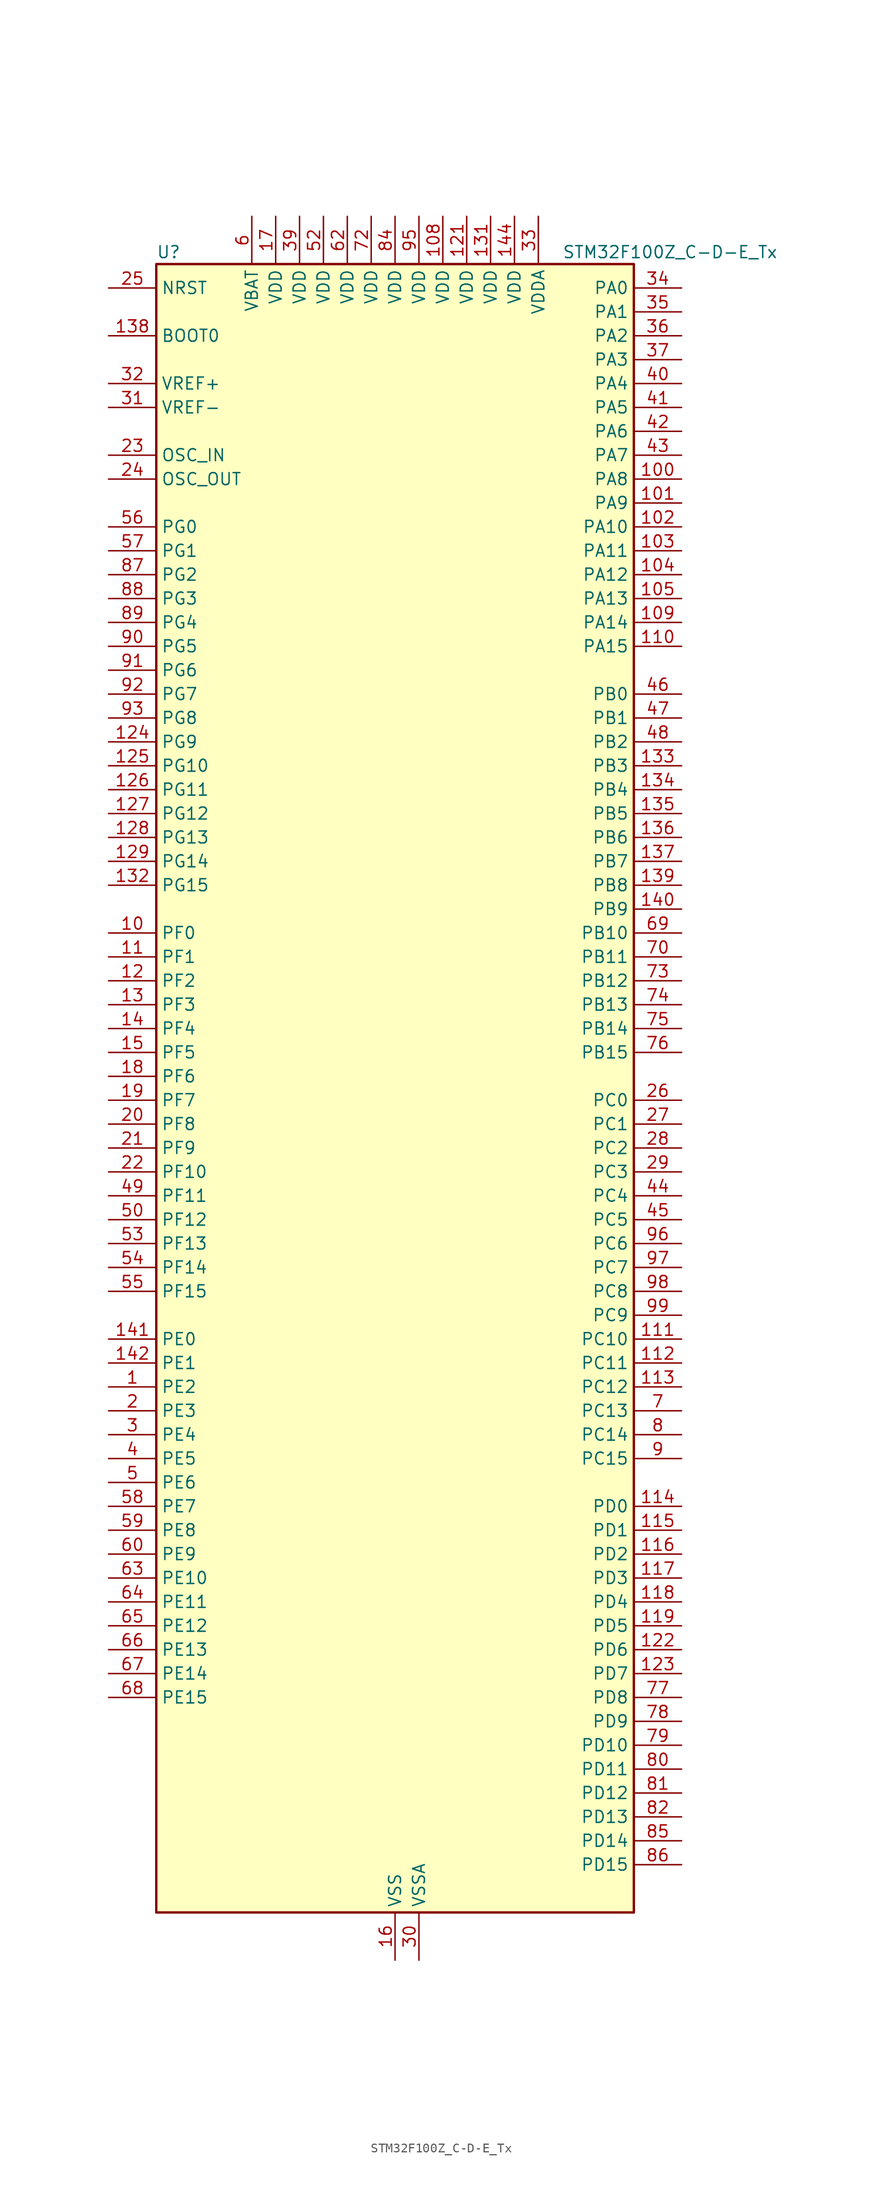
<source format=kicad_sym>
(kicad_symbol_lib
  (version 20231120)
  (generator "kicad_symbol_editor")
  (generator_version "8.0")
  (symbol "STM32F100Z_C-D-E_Tx"
    (property "Reference" "U"
      (at -25.4 90.17 0)
      (effects (font (size 1.27 1.27)) (justify left)))
    (property "Value" "STM32F100Z_C-D-E_Tx"
      (at 17.78 90.17 0)
      (effects (font (size 1.27 1.27)) (justify left)))
    (property "ki_locked" ""
      (at 0 0 0)
      (effects (font (size 1.27 1.27))))
    (symbol "STM32F100Z_C-D-E_Tx_0_1"
      (rectangle (start -25.4 -86.36) (end 25.4 88.9) (stroke (width 0.254) (type default)) (fill (type background))))
    (symbol "STM32F100Z_C-D-E_Tx_1_1"
      (pin bidirectional line (at -30.48 -30.48 0) (length 5.08) (name "PE2" (effects (font (size 1.27 1.27)))) (number "1" (effects (font (size 1.27 1.27)))) (alternate "FSMC_A23" bidirectional line) (alternate "SYS_TRACECLK" bidirectional line))
      (pin bidirectional line (at -30.48 17.78 0) (length 5.08) (name "PF0" (effects (font (size 1.27 1.27)))) (number "10" (effects (font (size 1.27 1.27)))) (alternate "FSMC_A0" bidirectional line))
      (pin bidirectional line (at 30.48 66.04 180) (length 5.08) (name "PA8" (effects (font (size 1.27 1.27)))) (number "100" (effects (font (size 1.27 1.27)))) (alternate "RCC_MCO" bidirectional line) (alternate "TIM1_CH1" bidirectional line) (alternate "USART1_CK" bidirectional line))
      (pin bidirectional line (at 30.48 63.5 180) (length 5.08) (name "PA9" (effects (font (size 1.27 1.27)))) (number "101" (effects (font (size 1.27 1.27)))) (alternate "DAC_EXTI9" bidirectional line) (alternate "TIM15_BKIN" bidirectional line) (alternate "TIM1_CH2" bidirectional line) (alternate "USART1_TX" bidirectional line))
      (pin bidirectional line (at 30.48 60.96 180) (length 5.08) (name "PA10" (effects (font (size 1.27 1.27)))) (number "102" (effects (font (size 1.27 1.27)))) (alternate "TIM17_BKIN" bidirectional line) (alternate "TIM1_CH3" bidirectional line) (alternate "USART1_RX" bidirectional line))
      (pin bidirectional line (at 30.48 58.42 180) (length 5.08) (name "PA11" (effects (font (size 1.27 1.27)))) (number "103" (effects (font (size 1.27 1.27)))) (alternate "ADC1_EXTI11" bidirectional line) (alternate "TIM1_CH4" bidirectional line) (alternate "USART1_CTS" bidirectional line))
      (pin bidirectional line (at 30.48 55.88 180) (length 5.08) (name "PA12" (effects (font (size 1.27 1.27)))) (number "104" (effects (font (size 1.27 1.27)))) (alternate "TIM1_ETR" bidirectional line) (alternate "USART1_RTS" bidirectional line))
      (pin bidirectional line (at 30.48 53.34 180) (length 5.08) (name "PA13" (effects (font (size 1.27 1.27)))) (number "105" (effects (font (size 1.27 1.27)))) (alternate "SYS_JTMS-SWDIO" bidirectional line))
      (pin no_connect line (at -25.4 -86.36 0) (length 5.08) hide (name "NC" (effects (font (size 1.27 1.27)))) (number "106" (effects (font (size 1.27 1.27)))))
      (pin passive line (at 0 -91.44 90) (length 5.08) hide (name "VSS" (effects (font (size 1.27 1.27)))) (number "107" (effects (font (size 1.27 1.27)))))
      (pin power_in line (at 5.08 93.98 270) (length 5.08) (name "VDD" (effects (font (size 1.27 1.27)))) (number "108" (effects (font (size 1.27 1.27)))))
      (pin bidirectional line (at 30.48 50.8 180) (length 5.08) (name "PA14" (effects (font (size 1.27 1.27)))) (number "109" (effects (font (size 1.27 1.27)))) (alternate "SYS_JTCK-SWCLK" bidirectional line))
      (pin bidirectional line (at -30.48 15.24 0) (length 5.08) (name "PF1" (effects (font (size 1.27 1.27)))) (number "11" (effects (font (size 1.27 1.27)))) (alternate "FSMC_A1" bidirectional line))
      (pin bidirectional line (at 30.48 48.26 180) (length 5.08) (name "PA15" (effects (font (size 1.27 1.27)))) (number "110" (effects (font (size 1.27 1.27)))) (alternate "ADC1_EXTI15" bidirectional line) (alternate "SPI1_NSS" bidirectional line) (alternate "SPI3_NSS" bidirectional line) (alternate "SYS_JTDI" bidirectional line) (alternate "TIM2_CH1" bidirectional line) (alternate "TIM2_ETR" bidirectional line))
      (pin bidirectional line (at 30.48 -25.4 180) (length 5.08) (name "PC10" (effects (font (size 1.27 1.27)))) (number "111" (effects (font (size 1.27 1.27)))) (alternate "UART4_TX" bidirectional line) (alternate "USART3_TX" bidirectional line))
      (pin bidirectional line (at 30.48 -27.94 180) (length 5.08) (name "PC11" (effects (font (size 1.27 1.27)))) (number "112" (effects (font (size 1.27 1.27)))) (alternate "ADC1_EXTI11" bidirectional line) (alternate "UART4_RX" bidirectional line) (alternate "USART3_RX" bidirectional line))
      (pin bidirectional line (at 30.48 -30.48 180) (length 5.08) (name "PC12" (effects (font (size 1.27 1.27)))) (number "113" (effects (font (size 1.27 1.27)))) (alternate "UART5_TX" bidirectional line) (alternate "USART3_CK" bidirectional line))
      (pin bidirectional line (at 30.48 -43.18 180) (length 5.08) (name "PD0" (effects (font (size 1.27 1.27)))) (number "114" (effects (font (size 1.27 1.27)))) (alternate "FSMC_D2" bidirectional line) (alternate "FSMC_DA2" bidirectional line))
      (pin bidirectional line (at 30.48 -45.72 180) (length 5.08) (name "PD1" (effects (font (size 1.27 1.27)))) (number "115" (effects (font (size 1.27 1.27)))) (alternate "FSMC_D3" bidirectional line) (alternate "FSMC_DA3" bidirectional line))
      (pin bidirectional line (at 30.48 -48.26 180) (length 5.08) (name "PD2" (effects (font (size 1.27 1.27)))) (number "116" (effects (font (size 1.27 1.27)))) (alternate "TIM3_ETR" bidirectional line) (alternate "UART5_RX" bidirectional line))
      (pin bidirectional line (at 30.48 -50.8 180) (length 5.08) (name "PD3" (effects (font (size 1.27 1.27)))) (number "117" (effects (font (size 1.27 1.27)))) (alternate "FSMC_CLK" bidirectional line) (alternate "USART2_CTS" bidirectional line))
      (pin bidirectional line (at 30.48 -53.34 180) (length 5.08) (name "PD4" (effects (font (size 1.27 1.27)))) (number "118" (effects (font (size 1.27 1.27)))) (alternate "FSMC_NOE" bidirectional line) (alternate "USART2_RTS" bidirectional line))
      (pin bidirectional line (at 30.48 -55.88 180) (length 5.08) (name "PD5" (effects (font (size 1.27 1.27)))) (number "119" (effects (font (size 1.27 1.27)))) (alternate "FSMC_NWE" bidirectional line) (alternate "USART2_TX" bidirectional line))
      (pin bidirectional line (at -30.48 12.7 0) (length 5.08) (name "PF2" (effects (font (size 1.27 1.27)))) (number "12" (effects (font (size 1.27 1.27)))) (alternate "FSMC_A2" bidirectional line))
      (pin passive line (at 0 -91.44 90) (length 5.08) hide (name "VSS" (effects (font (size 1.27 1.27)))) (number "120" (effects (font (size 1.27 1.27)))))
      (pin power_in line (at 7.62 93.98 270) (length 5.08) (name "VDD" (effects (font (size 1.27 1.27)))) (number "121" (effects (font (size 1.27 1.27)))))
      (pin bidirectional line (at 30.48 -58.42 180) (length 5.08) (name "PD6" (effects (font (size 1.27 1.27)))) (number "122" (effects (font (size 1.27 1.27)))) (alternate "FSMC_NWAIT" bidirectional line) (alternate "USART2_RX" bidirectional line))
      (pin bidirectional line (at 30.48 -60.96 180) (length 5.08) (name "PD7" (effects (font (size 1.27 1.27)))) (number "123" (effects (font (size 1.27 1.27)))) (alternate "FSMC_NE1" bidirectional line) (alternate "USART2_CK" bidirectional line))
      (pin bidirectional line (at -30.48 38.1 0) (length 5.08) (name "PG9" (effects (font (size 1.27 1.27)))) (number "124" (effects (font (size 1.27 1.27)))) (alternate "DAC_EXTI9" bidirectional line) (alternate "FSMC_NE2" bidirectional line))
      (pin bidirectional line (at -30.48 35.56 0) (length 5.08) (name "PG10" (effects (font (size 1.27 1.27)))) (number "125" (effects (font (size 1.27 1.27)))) (alternate "FSMC_NE3" bidirectional line))
      (pin bidirectional line (at -30.48 33.02 0) (length 5.08) (name "PG11" (effects (font (size 1.27 1.27)))) (number "126" (effects (font (size 1.27 1.27)))) (alternate "ADC1_EXTI11" bidirectional line))
      (pin bidirectional line (at -30.48 30.48 0) (length 5.08) (name "PG12" (effects (font (size 1.27 1.27)))) (number "127" (effects (font (size 1.27 1.27)))) (alternate "FSMC_NE4" bidirectional line))
      (pin bidirectional line (at -30.48 27.94 0) (length 5.08) (name "PG13" (effects (font (size 1.27 1.27)))) (number "128" (effects (font (size 1.27 1.27)))) (alternate "FSMC_A24" bidirectional line))
      (pin bidirectional line (at -30.48 25.4 0) (length 5.08) (name "PG14" (effects (font (size 1.27 1.27)))) (number "129" (effects (font (size 1.27 1.27)))) (alternate "FSMC_A25" bidirectional line))
      (pin bidirectional line (at -30.48 10.16 0) (length 5.08) (name "PF3" (effects (font (size 1.27 1.27)))) (number "13" (effects (font (size 1.27 1.27)))) (alternate "FSMC_A3" bidirectional line))
      (pin passive line (at 0 -91.44 90) (length 5.08) hide (name "VSS" (effects (font (size 1.27 1.27)))) (number "130" (effects (font (size 1.27 1.27)))))
      (pin power_in line (at 10.16 93.98 270) (length 5.08) (name "VDD" (effects (font (size 1.27 1.27)))) (number "131" (effects (font (size 1.27 1.27)))))
      (pin bidirectional line (at -30.48 22.86 0) (length 5.08) (name "PG15" (effects (font (size 1.27 1.27)))) (number "132" (effects (font (size 1.27 1.27)))) (alternate "ADC1_EXTI15" bidirectional line))
      (pin bidirectional line (at 30.48 35.56 180) (length 5.08) (name "PB3" (effects (font (size 1.27 1.27)))) (number "133" (effects (font (size 1.27 1.27)))) (alternate "SPI1_SCK" bidirectional line) (alternate "SPI3_SCK" bidirectional line) (alternate "SYS_JTDO-TRACESWO" bidirectional line) (alternate "TIM2_CH2" bidirectional line))
      (pin bidirectional line (at 30.48 33.02 180) (length 5.08) (name "PB4" (effects (font (size 1.27 1.27)))) (number "134" (effects (font (size 1.27 1.27)))) (alternate "SPI1_MISO" bidirectional line) (alternate "SPI3_MISO" bidirectional line) (alternate "SYS_NJTRST" bidirectional line) (alternate "TIM3_CH1" bidirectional line))
      (pin bidirectional line (at 30.48 30.48 180) (length 5.08) (name "PB5" (effects (font (size 1.27 1.27)))) (number "135" (effects (font (size 1.27 1.27)))) (alternate "I2C1_SMBA" bidirectional line) (alternate "SPI1_MOSI" bidirectional line) (alternate "SPI3_MOSI" bidirectional line) (alternate "TIM16_BKIN" bidirectional line) (alternate "TIM3_CH2" bidirectional line))
      (pin bidirectional line (at 30.48 27.94 180) (length 5.08) (name "PB6" (effects (font (size 1.27 1.27)))) (number "136" (effects (font (size 1.27 1.27)))) (alternate "I2C1_SCL" bidirectional line) (alternate "TIM16_CH1N" bidirectional line) (alternate "TIM4_CH1" bidirectional line) (alternate "USART1_TX" bidirectional line))
      (pin bidirectional line (at 30.48 25.4 180) (length 5.08) (name "PB7" (effects (font (size 1.27 1.27)))) (number "137" (effects (font (size 1.27 1.27)))) (alternate "FSMC_NL" bidirectional line) (alternate "I2C1_SDA" bidirectional line) (alternate "TIM17_CH1N" bidirectional line) (alternate "TIM4_CH2" bidirectional line) (alternate "USART1_RX" bidirectional line))
      (pin input line (at -30.48 81.28 0) (length 5.08) (name "BOOT0" (effects (font (size 1.27 1.27)))) (number "138" (effects (font (size 1.27 1.27)))))
      (pin bidirectional line (at 30.48 22.86 180) (length 5.08) (name "PB8" (effects (font (size 1.27 1.27)))) (number "139" (effects (font (size 1.27 1.27)))) (alternate "CEC" bidirectional line) (alternate "I2C1_SCL" bidirectional line) (alternate "TIM16_CH1" bidirectional line) (alternate "TIM4_CH3" bidirectional line))
      (pin bidirectional line (at -30.48 7.62 0) (length 5.08) (name "PF4" (effects (font (size 1.27 1.27)))) (number "14" (effects (font (size 1.27 1.27)))) (alternate "FSMC_A4" bidirectional line))
      (pin bidirectional line (at 30.48 20.32 180) (length 5.08) (name "PB9" (effects (font (size 1.27 1.27)))) (number "140" (effects (font (size 1.27 1.27)))) (alternate "DAC_EXTI9" bidirectional line) (alternate "I2C1_SDA" bidirectional line) (alternate "TIM17_CH1" bidirectional line) (alternate "TIM4_CH4" bidirectional line))
      (pin bidirectional line (at -30.48 -25.4 0) (length 5.08) (name "PE0" (effects (font (size 1.27 1.27)))) (number "141" (effects (font (size 1.27 1.27)))) (alternate "FSMC_NBL0" bidirectional line) (alternate "TIM4_ETR" bidirectional line))
      (pin bidirectional line (at -30.48 -27.94 0) (length 5.08) (name "PE1" (effects (font (size 1.27 1.27)))) (number "142" (effects (font (size 1.27 1.27)))) (alternate "FSMC_NBL1" bidirectional line))
      (pin passive line (at 0 -91.44 90) (length 5.08) hide (name "VSS" (effects (font (size 1.27 1.27)))) (number "143" (effects (font (size 1.27 1.27)))))
      (pin power_in line (at 12.7 93.98 270) (length 5.08) (name "VDD" (effects (font (size 1.27 1.27)))) (number "144" (effects (font (size 1.27 1.27)))))
      (pin bidirectional line (at -30.48 5.08 0) (length 5.08) (name "PF5" (effects (font (size 1.27 1.27)))) (number "15" (effects (font (size 1.27 1.27)))) (alternate "FSMC_A5" bidirectional line))
      (pin power_in line (at 0 -91.44 90) (length 5.08) (name "VSS" (effects (font (size 1.27 1.27)))) (number "16" (effects (font (size 1.27 1.27)))))
      (pin power_in line (at -12.7 93.98 270) (length 5.08) (name "VDD" (effects (font (size 1.27 1.27)))) (number "17" (effects (font (size 1.27 1.27)))))
      (pin bidirectional line (at -30.48 2.54 0) (length 5.08) (name "PF6" (effects (font (size 1.27 1.27)))) (number "18" (effects (font (size 1.27 1.27)))))
      (pin bidirectional line (at -30.48 0 0) (length 5.08) (name "PF7" (effects (font (size 1.27 1.27)))) (number "19" (effects (font (size 1.27 1.27)))))
      (pin bidirectional line (at -30.48 -33.02 0) (length 5.08) (name "PE3" (effects (font (size 1.27 1.27)))) (number "2" (effects (font (size 1.27 1.27)))) (alternate "FSMC_A19" bidirectional line) (alternate "SYS_TRACED0" bidirectional line))
      (pin bidirectional line (at -30.48 -2.54 0) (length 5.08) (name "PF8" (effects (font (size 1.27 1.27)))) (number "20" (effects (font (size 1.27 1.27)))))
      (pin bidirectional line (at -30.48 -5.08 0) (length 5.08) (name "PF9" (effects (font (size 1.27 1.27)))) (number "21" (effects (font (size 1.27 1.27)))) (alternate "DAC_EXTI9" bidirectional line))
      (pin bidirectional line (at -30.48 -7.62 0) (length 5.08) (name "PF10" (effects (font (size 1.27 1.27)))) (number "22" (effects (font (size 1.27 1.27)))))
      (pin input line (at -30.48 68.58 0) (length 5.08) (name "OSC_IN" (effects (font (size 1.27 1.27)))) (number "23" (effects (font (size 1.27 1.27)))) (alternate "RCC_OSC_IN" bidirectional line))
      (pin input line (at -30.48 66.04 0) (length 5.08) (name "OSC_OUT" (effects (font (size 1.27 1.27)))) (number "24" (effects (font (size 1.27 1.27)))) (alternate "RCC_OSC_OUT" bidirectional line))
      (pin input line (at -30.48 86.36 0) (length 5.08) (name "NRST" (effects (font (size 1.27 1.27)))) (number "25" (effects (font (size 1.27 1.27)))))
      (pin bidirectional line (at 30.48 0 180) (length 5.08) (name "PC0" (effects (font (size 1.27 1.27)))) (number "26" (effects (font (size 1.27 1.27)))) (alternate "ADC1_IN10" bidirectional line))
      (pin bidirectional line (at 30.48 -2.54 180) (length 5.08) (name "PC1" (effects (font (size 1.27 1.27)))) (number "27" (effects (font (size 1.27 1.27)))) (alternate "ADC1_IN11" bidirectional line))
      (pin bidirectional line (at 30.48 -5.08 180) (length 5.08) (name "PC2" (effects (font (size 1.27 1.27)))) (number "28" (effects (font (size 1.27 1.27)))) (alternate "ADC1_IN12" bidirectional line))
      (pin bidirectional line (at 30.48 -7.62 180) (length 5.08) (name "PC3" (effects (font (size 1.27 1.27)))) (number "29" (effects (font (size 1.27 1.27)))) (alternate "ADC1_IN13" bidirectional line))
      (pin bidirectional line (at -30.48 -35.56 0) (length 5.08) (name "PE4" (effects (font (size 1.27 1.27)))) (number "3" (effects (font (size 1.27 1.27)))) (alternate "FSMC_A20" bidirectional line) (alternate "SYS_TRACED1" bidirectional line))
      (pin power_in line (at 2.54 -91.44 90) (length 5.08) (name "VSSA" (effects (font (size 1.27 1.27)))) (number "30" (effects (font (size 1.27 1.27)))))
      (pin input line (at -30.48 73.66 0) (length 5.08) (name "VREF-" (effects (font (size 1.27 1.27)))) (number "31" (effects (font (size 1.27 1.27)))))
      (pin input line (at -30.48 76.2 0) (length 5.08) (name "VREF+" (effects (font (size 1.27 1.27)))) (number "32" (effects (font (size 1.27 1.27)))))
      (pin power_in line (at 15.24 93.98 270) (length 5.08) (name "VDDA" (effects (font (size 1.27 1.27)))) (number "33" (effects (font (size 1.27 1.27)))))
      (pin bidirectional line (at 30.48 86.36 180) (length 5.08) (name "PA0" (effects (font (size 1.27 1.27)))) (number "34" (effects (font (size 1.27 1.27)))) (alternate "ADC1_IN0" bidirectional line) (alternate "SYS_WKUP" bidirectional line) (alternate "TIM2_CH1" bidirectional line) (alternate "TIM2_ETR" bidirectional line) (alternate "TIM5_CH1" bidirectional line) (alternate "USART2_CTS" bidirectional line))
      (pin bidirectional line (at 30.48 83.82 180) (length 5.08) (name "PA1" (effects (font (size 1.27 1.27)))) (number "35" (effects (font (size 1.27 1.27)))) (alternate "ADC1_IN1" bidirectional line) (alternate "TIM2_CH2" bidirectional line) (alternate "TIM5_CH2" bidirectional line) (alternate "USART2_RTS" bidirectional line))
      (pin bidirectional line (at 30.48 81.28 180) (length 5.08) (name "PA2" (effects (font (size 1.27 1.27)))) (number "36" (effects (font (size 1.27 1.27)))) (alternate "ADC1_IN2" bidirectional line) (alternate "TIM15_CH1" bidirectional line) (alternate "TIM2_CH3" bidirectional line) (alternate "TIM5_CH3" bidirectional line) (alternate "USART2_TX" bidirectional line))
      (pin bidirectional line (at 30.48 78.74 180) (length 5.08) (name "PA3" (effects (font (size 1.27 1.27)))) (number "37" (effects (font (size 1.27 1.27)))) (alternate "ADC1_IN3" bidirectional line) (alternate "TIM15_CH2" bidirectional line) (alternate "TIM2_CH4" bidirectional line) (alternate "TIM5_CH4" bidirectional line) (alternate "USART2_RX" bidirectional line))
      (pin passive line (at 0 -91.44 90) (length 5.08) hide (name "VSS" (effects (font (size 1.27 1.27)))) (number "38" (effects (font (size 1.27 1.27)))))
      (pin power_in line (at -10.16 93.98 270) (length 5.08) (name "VDD" (effects (font (size 1.27 1.27)))) (number "39" (effects (font (size 1.27 1.27)))))
      (pin bidirectional line (at -30.48 -38.1 0) (length 5.08) (name "PE5" (effects (font (size 1.27 1.27)))) (number "4" (effects (font (size 1.27 1.27)))) (alternate "FSMC_A21" bidirectional line) (alternate "SYS_TRACED2" bidirectional line))
      (pin bidirectional line (at 30.48 76.2 180) (length 5.08) (name "PA4" (effects (font (size 1.27 1.27)))) (number "40" (effects (font (size 1.27 1.27)))) (alternate "ADC1_IN4" bidirectional line) (alternate "DAC_OUT1" bidirectional line) (alternate "SPI1_NSS" bidirectional line) (alternate "USART2_CK" bidirectional line))
      (pin bidirectional line (at 30.48 73.66 180) (length 5.08) (name "PA5" (effects (font (size 1.27 1.27)))) (number "41" (effects (font (size 1.27 1.27)))) (alternate "ADC1_IN5" bidirectional line) (alternate "DAC_OUT2" bidirectional line) (alternate "SPI1_SCK" bidirectional line))
      (pin bidirectional line (at 30.48 71.12 180) (length 5.08) (name "PA6" (effects (font (size 1.27 1.27)))) (number "42" (effects (font (size 1.27 1.27)))) (alternate "ADC1_IN6" bidirectional line) (alternate "SPI1_MISO" bidirectional line) (alternate "TIM16_CH1" bidirectional line) (alternate "TIM1_BKIN" bidirectional line) (alternate "TIM3_CH1" bidirectional line))
      (pin bidirectional line (at 30.48 68.58 180) (length 5.08) (name "PA7" (effects (font (size 1.27 1.27)))) (number "43" (effects (font (size 1.27 1.27)))) (alternate "ADC1_IN7" bidirectional line) (alternate "SPI1_MOSI" bidirectional line) (alternate "TIM17_CH1" bidirectional line) (alternate "TIM1_CH1N" bidirectional line) (alternate "TIM3_CH2" bidirectional line))
      (pin bidirectional line (at 30.48 -10.16 180) (length 5.08) (name "PC4" (effects (font (size 1.27 1.27)))) (number "44" (effects (font (size 1.27 1.27)))) (alternate "ADC1_IN14" bidirectional line) (alternate "TIM12_CH1" bidirectional line))
      (pin bidirectional line (at 30.48 -12.7 180) (length 5.08) (name "PC5" (effects (font (size 1.27 1.27)))) (number "45" (effects (font (size 1.27 1.27)))) (alternate "ADC1_IN15" bidirectional line) (alternate "TIM12_CH2" bidirectional line))
      (pin bidirectional line (at 30.48 43.18 180) (length 5.08) (name "PB0" (effects (font (size 1.27 1.27)))) (number "46" (effects (font (size 1.27 1.27)))) (alternate "ADC1_IN8" bidirectional line) (alternate "TIM13_CH1" bidirectional line) (alternate "TIM1_CH2N" bidirectional line) (alternate "TIM3_CH3" bidirectional line))
      (pin bidirectional line (at 30.48 40.64 180) (length 5.08) (name "PB1" (effects (font (size 1.27 1.27)))) (number "47" (effects (font (size 1.27 1.27)))) (alternate "ADC1_IN9" bidirectional line) (alternate "TIM14_CH1" bidirectional line) (alternate "TIM1_CH3N" bidirectional line) (alternate "TIM3_CH4" bidirectional line))
      (pin bidirectional line (at 30.48 38.1 180) (length 5.08) (name "PB2" (effects (font (size 1.27 1.27)))) (number "48" (effects (font (size 1.27 1.27)))))
      (pin bidirectional line (at -30.48 -10.16 0) (length 5.08) (name "PF11" (effects (font (size 1.27 1.27)))) (number "49" (effects (font (size 1.27 1.27)))) (alternate "ADC1_EXTI11" bidirectional line))
      (pin bidirectional line (at -30.48 -40.64 0) (length 5.08) (name "PE6" (effects (font (size 1.27 1.27)))) (number "5" (effects (font (size 1.27 1.27)))) (alternate "FSMC_A22" bidirectional line) (alternate "SYS_TRACED3" bidirectional line))
      (pin bidirectional line (at -30.48 -12.7 0) (length 5.08) (name "PF12" (effects (font (size 1.27 1.27)))) (number "50" (effects (font (size 1.27 1.27)))) (alternate "FSMC_A6" bidirectional line))
      (pin passive line (at 0 -91.44 90) (length 5.08) hide (name "VSS" (effects (font (size 1.27 1.27)))) (number "51" (effects (font (size 1.27 1.27)))))
      (pin power_in line (at -7.62 93.98 270) (length 5.08) (name "VDD" (effects (font (size 1.27 1.27)))) (number "52" (effects (font (size 1.27 1.27)))))
      (pin bidirectional line (at -30.48 -15.24 0) (length 5.08) (name "PF13" (effects (font (size 1.27 1.27)))) (number "53" (effects (font (size 1.27 1.27)))) (alternate "FSMC_A7" bidirectional line))
      (pin bidirectional line (at -30.48 -17.78 0) (length 5.08) (name "PF14" (effects (font (size 1.27 1.27)))) (number "54" (effects (font (size 1.27 1.27)))) (alternate "FSMC_A8" bidirectional line))
      (pin bidirectional line (at -30.48 -20.32 0) (length 5.08) (name "PF15" (effects (font (size 1.27 1.27)))) (number "55" (effects (font (size 1.27 1.27)))) (alternate "ADC1_EXTI15" bidirectional line) (alternate "FSMC_A9" bidirectional line))
      (pin bidirectional line (at -30.48 60.96 0) (length 5.08) (name "PG0" (effects (font (size 1.27 1.27)))) (number "56" (effects (font (size 1.27 1.27)))) (alternate "FSMC_A10" bidirectional line))
      (pin bidirectional line (at -30.48 58.42 0) (length 5.08) (name "PG1" (effects (font (size 1.27 1.27)))) (number "57" (effects (font (size 1.27 1.27)))) (alternate "FSMC_A11" bidirectional line))
      (pin bidirectional line (at -30.48 -43.18 0) (length 5.08) (name "PE7" (effects (font (size 1.27 1.27)))) (number "58" (effects (font (size 1.27 1.27)))) (alternate "FSMC_D4" bidirectional line) (alternate "FSMC_DA4" bidirectional line) (alternate "TIM1_ETR" bidirectional line))
      (pin bidirectional line (at -30.48 -45.72 0) (length 5.08) (name "PE8" (effects (font (size 1.27 1.27)))) (number "59" (effects (font (size 1.27 1.27)))) (alternate "FSMC_D5" bidirectional line) (alternate "FSMC_DA5" bidirectional line) (alternate "TIM1_CH1N" bidirectional line))
      (pin power_in line (at -15.24 93.98 270) (length 5.08) (name "VBAT" (effects (font (size 1.27 1.27)))) (number "6" (effects (font (size 1.27 1.27)))))
      (pin bidirectional line (at -30.48 -48.26 0) (length 5.08) (name "PE9" (effects (font (size 1.27 1.27)))) (number "60" (effects (font (size 1.27 1.27)))) (alternate "DAC_EXTI9" bidirectional line) (alternate "FSMC_D6" bidirectional line) (alternate "FSMC_DA6" bidirectional line) (alternate "TIM1_CH1" bidirectional line))
      (pin passive line (at 0 -91.44 90) (length 5.08) hide (name "VSS" (effects (font (size 1.27 1.27)))) (number "61" (effects (font (size 1.27 1.27)))))
      (pin power_in line (at -5.08 93.98 270) (length 5.08) (name "VDD" (effects (font (size 1.27 1.27)))) (number "62" (effects (font (size 1.27 1.27)))))
      (pin bidirectional line (at -30.48 -50.8 0) (length 5.08) (name "PE10" (effects (font (size 1.27 1.27)))) (number "63" (effects (font (size 1.27 1.27)))) (alternate "FSMC_D7" bidirectional line) (alternate "FSMC_DA7" bidirectional line) (alternate "TIM1_CH2N" bidirectional line))
      (pin bidirectional line (at -30.48 -53.34 0) (length 5.08) (name "PE11" (effects (font (size 1.27 1.27)))) (number "64" (effects (font (size 1.27 1.27)))) (alternate "ADC1_EXTI11" bidirectional line) (alternate "FSMC_D8" bidirectional line) (alternate "FSMC_DA8" bidirectional line) (alternate "TIM1_CH2" bidirectional line))
      (pin bidirectional line (at -30.48 -55.88 0) (length 5.08) (name "PE12" (effects (font (size 1.27 1.27)))) (number "65" (effects (font (size 1.27 1.27)))) (alternate "FSMC_D9" bidirectional line) (alternate "FSMC_DA9" bidirectional line) (alternate "TIM1_CH3N" bidirectional line))
      (pin bidirectional line (at -30.48 -58.42 0) (length 5.08) (name "PE13" (effects (font (size 1.27 1.27)))) (number "66" (effects (font (size 1.27 1.27)))) (alternate "FSMC_D10" bidirectional line) (alternate "FSMC_DA10" bidirectional line) (alternate "TIM1_CH3" bidirectional line))
      (pin bidirectional line (at -30.48 -60.96 0) (length 5.08) (name "PE14" (effects (font (size 1.27 1.27)))) (number "67" (effects (font (size 1.27 1.27)))) (alternate "FSMC_D11" bidirectional line) (alternate "FSMC_DA11" bidirectional line) (alternate "TIM1_CH4" bidirectional line))
      (pin bidirectional line (at -30.48 -63.5 0) (length 5.08) (name "PE15" (effects (font (size 1.27 1.27)))) (number "68" (effects (font (size 1.27 1.27)))) (alternate "ADC1_EXTI15" bidirectional line) (alternate "FSMC_D12" bidirectional line) (alternate "FSMC_DA12" bidirectional line) (alternate "TIM1_BKIN" bidirectional line))
      (pin bidirectional line (at 30.48 17.78 180) (length 5.08) (name "PB10" (effects (font (size 1.27 1.27)))) (number "69" (effects (font (size 1.27 1.27)))) (alternate "CEC" bidirectional line) (alternate "I2C2_SCL" bidirectional line) (alternate "TIM2_CH3" bidirectional line) (alternate "USART3_TX" bidirectional line))
      (pin bidirectional line (at 30.48 -33.02 180) (length 5.08) (name "PC13" (effects (font (size 1.27 1.27)))) (number "7" (effects (font (size 1.27 1.27)))) (alternate "RTC_OUT" bidirectional line) (alternate "RTC_TAMPER" bidirectional line))
      (pin bidirectional line (at 30.48 15.24 180) (length 5.08) (name "PB11" (effects (font (size 1.27 1.27)))) (number "70" (effects (font (size 1.27 1.27)))) (alternate "ADC1_EXTI11" bidirectional line) (alternate "I2C2_SDA" bidirectional line) (alternate "TIM2_CH4" bidirectional line) (alternate "USART3_RX" bidirectional line))
      (pin passive line (at 0 -91.44 90) (length 5.08) hide (name "VSS" (effects (font (size 1.27 1.27)))) (number "71" (effects (font (size 1.27 1.27)))))
      (pin power_in line (at -2.54 93.98 270) (length 5.08) (name "VDD" (effects (font (size 1.27 1.27)))) (number "72" (effects (font (size 1.27 1.27)))))
      (pin bidirectional line (at 30.48 12.7 180) (length 5.08) (name "PB12" (effects (font (size 1.27 1.27)))) (number "73" (effects (font (size 1.27 1.27)))) (alternate "I2C2_SMBA" bidirectional line) (alternate "SPI2_NSS" bidirectional line) (alternate "TIM12_CH1" bidirectional line) (alternate "TIM1_BKIN" bidirectional line) (alternate "USART3_CK" bidirectional line))
      (pin bidirectional line (at 30.48 10.16 180) (length 5.08) (name "PB13" (effects (font (size 1.27 1.27)))) (number "74" (effects (font (size 1.27 1.27)))) (alternate "SPI2_SCK" bidirectional line) (alternate "TIM12_CH2" bidirectional line) (alternate "TIM1_CH1N" bidirectional line) (alternate "USART3_CTS" bidirectional line))
      (pin bidirectional line (at 30.48 7.62 180) (length 5.08) (name "PB14" (effects (font (size 1.27 1.27)))) (number "75" (effects (font (size 1.27 1.27)))) (alternate "SPI2_MISO" bidirectional line) (alternate "TIM15_CH1" bidirectional line) (alternate "TIM1_CH2N" bidirectional line) (alternate "USART3_RTS" bidirectional line))
      (pin bidirectional line (at 30.48 5.08 180) (length 5.08) (name "PB15" (effects (font (size 1.27 1.27)))) (number "76" (effects (font (size 1.27 1.27)))) (alternate "ADC1_EXTI15" bidirectional line) (alternate "SPI2_MOSI" bidirectional line) (alternate "TIM15_CH1N" bidirectional line) (alternate "TIM15_CH2" bidirectional line) (alternate "TIM1_CH3N" bidirectional line))
      (pin bidirectional line (at 30.48 -63.5 180) (length 5.08) (name "PD8" (effects (font (size 1.27 1.27)))) (number "77" (effects (font (size 1.27 1.27)))) (alternate "FSMC_D13" bidirectional line) (alternate "FSMC_DA13" bidirectional line) (alternate "USART3_TX" bidirectional line))
      (pin bidirectional line (at 30.48 -66.04 180) (length 5.08) (name "PD9" (effects (font (size 1.27 1.27)))) (number "78" (effects (font (size 1.27 1.27)))) (alternate "DAC_EXTI9" bidirectional line) (alternate "FSMC_D14" bidirectional line) (alternate "FSMC_DA14" bidirectional line) (alternate "USART3_RX" bidirectional line))
      (pin bidirectional line (at 30.48 -68.58 180) (length 5.08) (name "PD10" (effects (font (size 1.27 1.27)))) (number "79" (effects (font (size 1.27 1.27)))) (alternate "FSMC_D15" bidirectional line) (alternate "FSMC_DA15" bidirectional line) (alternate "USART3_CK" bidirectional line))
      (pin bidirectional line (at 30.48 -35.56 180) (length 5.08) (name "PC14" (effects (font (size 1.27 1.27)))) (number "8" (effects (font (size 1.27 1.27)))) (alternate "RCC_OSC32_IN" bidirectional line))
      (pin bidirectional line (at 30.48 -71.12 180) (length 5.08) (name "PD11" (effects (font (size 1.27 1.27)))) (number "80" (effects (font (size 1.27 1.27)))) (alternate "ADC1_EXTI11" bidirectional line) (alternate "FSMC_A16" bidirectional line) (alternate "USART3_CTS" bidirectional line))
      (pin bidirectional line (at 30.48 -73.66 180) (length 5.08) (name "PD12" (effects (font (size 1.27 1.27)))) (number "81" (effects (font (size 1.27 1.27)))) (alternate "FSMC_A17" bidirectional line) (alternate "TIM4_CH1" bidirectional line) (alternate "USART3_RTS" bidirectional line))
      (pin bidirectional line (at 30.48 -76.2 180) (length 5.08) (name "PD13" (effects (font (size 1.27 1.27)))) (number "82" (effects (font (size 1.27 1.27)))) (alternate "FSMC_A18" bidirectional line) (alternate "TIM4_CH2" bidirectional line))
      (pin passive line (at 0 -91.44 90) (length 5.08) hide (name "VSS" (effects (font (size 1.27 1.27)))) (number "83" (effects (font (size 1.27 1.27)))))
      (pin power_in line (at 0 93.98 270) (length 5.08) (name "VDD" (effects (font (size 1.27 1.27)))) (number "84" (effects (font (size 1.27 1.27)))))
      (pin bidirectional line (at 30.48 -78.74 180) (length 5.08) (name "PD14" (effects (font (size 1.27 1.27)))) (number "85" (effects (font (size 1.27 1.27)))) (alternate "FSMC_D0" bidirectional line) (alternate "FSMC_DA0" bidirectional line) (alternate "TIM4_CH3" bidirectional line))
      (pin bidirectional line (at 30.48 -81.28 180) (length 5.08) (name "PD15" (effects (font (size 1.27 1.27)))) (number "86" (effects (font (size 1.27 1.27)))) (alternate "ADC1_EXTI15" bidirectional line) (alternate "FSMC_D1" bidirectional line) (alternate "FSMC_DA1" bidirectional line) (alternate "TIM4_CH4" bidirectional line))
      (pin bidirectional line (at -30.48 55.88 0) (length 5.08) (name "PG2" (effects (font (size 1.27 1.27)))) (number "87" (effects (font (size 1.27 1.27)))) (alternate "FSMC_A12" bidirectional line))
      (pin bidirectional line (at -30.48 53.34 0) (length 5.08) (name "PG3" (effects (font (size 1.27 1.27)))) (number "88" (effects (font (size 1.27 1.27)))) (alternate "FSMC_A13" bidirectional line))
      (pin bidirectional line (at -30.48 50.8 0) (length 5.08) (name "PG4" (effects (font (size 1.27 1.27)))) (number "89" (effects (font (size 1.27 1.27)))) (alternate "FSMC_A14" bidirectional line))
      (pin bidirectional line (at 30.48 -38.1 180) (length 5.08) (name "PC15" (effects (font (size 1.27 1.27)))) (number "9" (effects (font (size 1.27 1.27)))) (alternate "ADC1_EXTI15" bidirectional line) (alternate "RCC_OSC32_OUT" bidirectional line))
      (pin bidirectional line (at -30.48 48.26 0) (length 5.08) (name "PG5" (effects (font (size 1.27 1.27)))) (number "90" (effects (font (size 1.27 1.27)))) (alternate "FSMC_A15" bidirectional line))
      (pin bidirectional line (at -30.48 45.72 0) (length 5.08) (name "PG6" (effects (font (size 1.27 1.27)))) (number "91" (effects (font (size 1.27 1.27)))))
      (pin bidirectional line (at -30.48 43.18 0) (length 5.08) (name "PG7" (effects (font (size 1.27 1.27)))) (number "92" (effects (font (size 1.27 1.27)))))
      (pin bidirectional line (at -30.48 40.64 0) (length 5.08) (name "PG8" (effects (font (size 1.27 1.27)))) (number "93" (effects (font (size 1.27 1.27)))))
      (pin passive line (at 0 -91.44 90) (length 5.08) hide (name "VSS" (effects (font (size 1.27 1.27)))) (number "94" (effects (font (size 1.27 1.27)))))
      (pin power_in line (at 2.54 93.98 270) (length 5.08) (name "VDD" (effects (font (size 1.27 1.27)))) (number "95" (effects (font (size 1.27 1.27)))))
      (pin bidirectional line (at 30.48 -15.24 180) (length 5.08) (name "PC6" (effects (font (size 1.27 1.27)))) (number "96" (effects (font (size 1.27 1.27)))) (alternate "TIM3_CH1" bidirectional line))
      (pin bidirectional line (at 30.48 -17.78 180) (length 5.08) (name "PC7" (effects (font (size 1.27 1.27)))) (number "97" (effects (font (size 1.27 1.27)))) (alternate "TIM3_CH2" bidirectional line))
      (pin bidirectional line (at 30.48 -20.32 180) (length 5.08) (name "PC8" (effects (font (size 1.27 1.27)))) (number "98" (effects (font (size 1.27 1.27)))) (alternate "TIM13_CH1" bidirectional line) (alternate "TIM3_CH3" bidirectional line))
      (pin bidirectional line (at 30.48 -22.86 180) (length 5.08) (name "PC9" (effects (font (size 1.27 1.27)))) (number "99" (effects (font (size 1.27 1.27)))) (alternate "DAC_EXTI9" bidirectional line) (alternate "TIM14_CH1" bidirectional line) (alternate "TIM3_CH4" bidirectional line)))))
</source>
